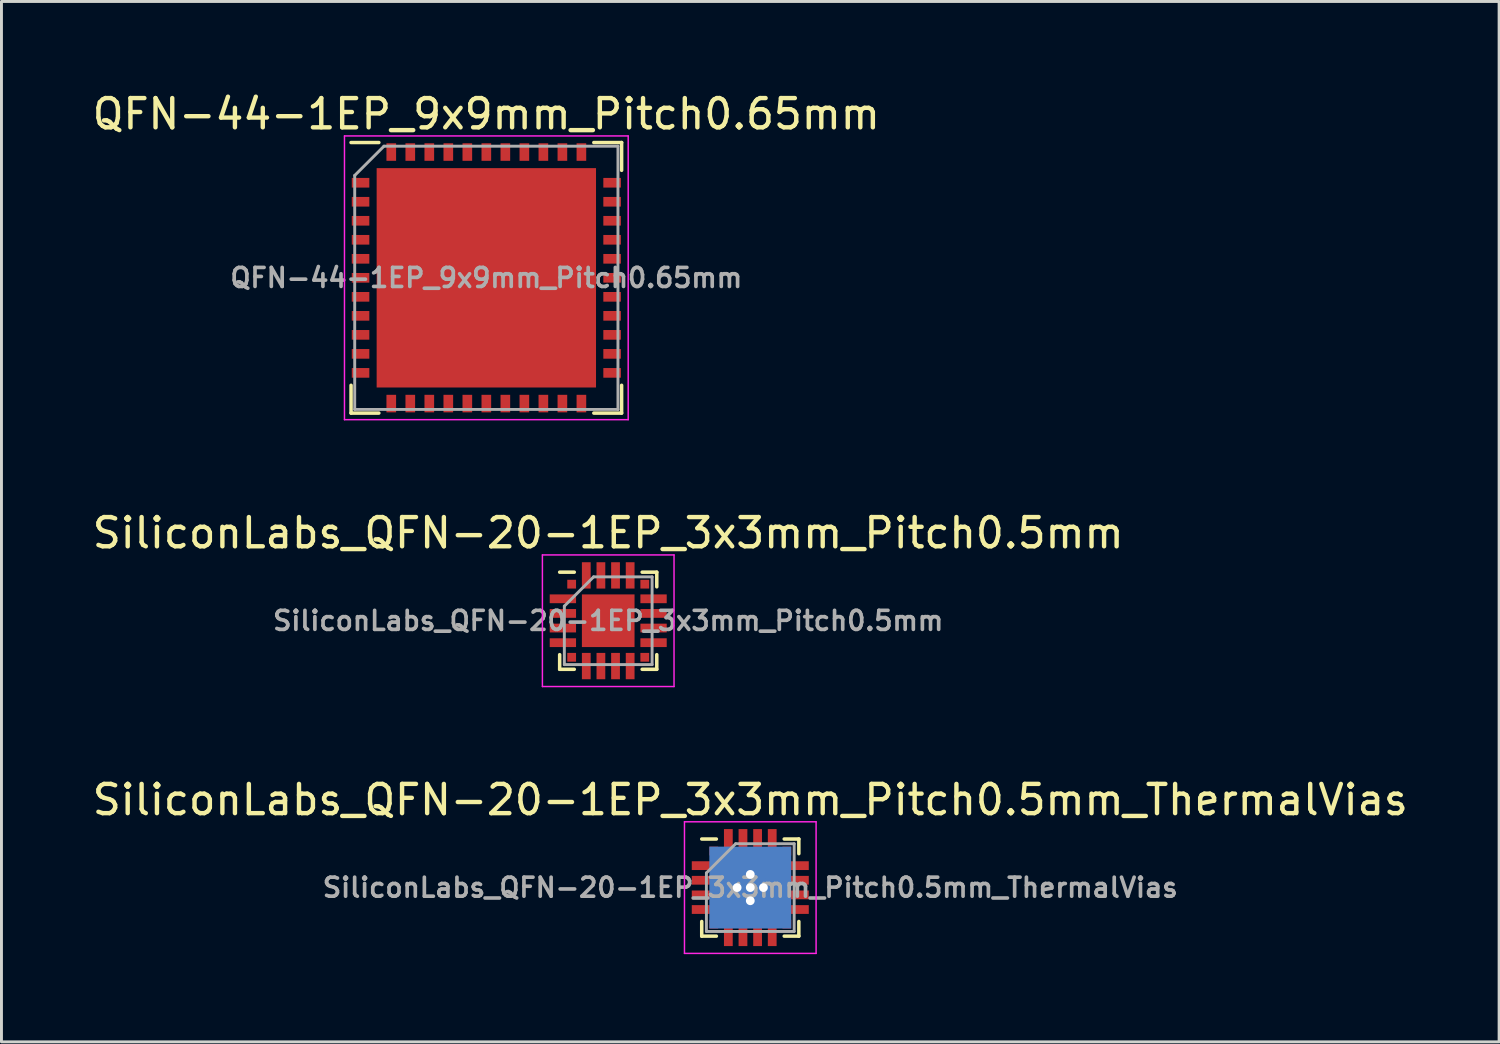
<source format=kicad_pcb>
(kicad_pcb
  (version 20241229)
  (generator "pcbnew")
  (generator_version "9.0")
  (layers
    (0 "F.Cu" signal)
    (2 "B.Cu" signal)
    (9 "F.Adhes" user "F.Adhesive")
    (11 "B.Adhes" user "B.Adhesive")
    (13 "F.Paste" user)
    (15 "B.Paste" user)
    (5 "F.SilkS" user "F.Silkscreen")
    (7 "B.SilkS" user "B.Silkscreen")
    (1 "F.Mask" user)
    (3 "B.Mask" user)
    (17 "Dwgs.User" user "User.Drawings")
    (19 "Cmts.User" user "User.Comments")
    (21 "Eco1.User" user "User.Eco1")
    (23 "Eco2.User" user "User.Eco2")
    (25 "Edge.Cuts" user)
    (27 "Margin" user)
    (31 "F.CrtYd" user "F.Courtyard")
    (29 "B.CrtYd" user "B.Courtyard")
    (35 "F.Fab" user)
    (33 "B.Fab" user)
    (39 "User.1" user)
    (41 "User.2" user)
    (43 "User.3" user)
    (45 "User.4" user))
  (footprint "SiliconLabs_QFN-20-1EP_3x3mm_Pitch0.5mm"
    (layer "F.Cu")
    (at 17.744 18.172)
    (property "Reference" "SiliconLabs_QFN-20-1EP_3x3mm_Pitch0.5mm" (at 0 -3 0) (layer "F.SilkS") (effects (font (size 1 1) (thickness 0.15))))
    (attr smd)
    (fp_line (start -1.66 -1.66) (end -1.16 -1.66) (stroke (width 0.12) (type solid)) (layer "F.SilkS"))
    (fp_line (start -1.66 1.66) (end -1.66 1.16) (stroke (width 0.12) (type solid)) (layer "F.SilkS"))
    (fp_line (start -1.16 1.66) (end -1.66 1.66) (stroke (width 0.12) (type solid)) (layer "F.SilkS"))
    (fp_line (start 1.16 -1.66) (end 1.66 -1.66) (stroke (width 0.12) (type solid)) (layer "F.SilkS"))
    (fp_line (start 1.16 1.66) (end 1.66 1.66) (stroke (width 0.12) (type solid)) (layer "F.SilkS"))
    (fp_line (start 1.66 -1.66) (end 1.66 -1.16) (stroke (width 0.12) (type solid)) (layer "F.SilkS"))
    (fp_line (start 1.66 1.66) (end 1.66 1.16) (stroke (width 0.12) (type solid)) (layer "F.SilkS"))
    (fp_line (start -2.25 -2.25) (end -2.25 2.25) (stroke (width 0.05) (type solid)) (layer "F.CrtYd"))
    (fp_line (start -2.25 2.25) (end 2.25 2.25) (stroke (width 0.05) (type solid)) (layer "F.CrtYd"))
    (fp_line (start 2.25 -2.25) (end -2.25 -2.25) (stroke (width 0.05) (type solid)) (layer "F.CrtYd"))
    (fp_line (start 2.25 2.25) (end 2.25 -2.25) (stroke (width 0.05) (type solid)) (layer "F.CrtYd"))
    (fp_line (start -1.5 -0.5) (end -0.5 -1.5) (stroke (width 0.1) (type solid)) (layer "F.Fab"))
    (fp_line (start -1.5 1.5) (end -1.5 -0.5) (stroke (width 0.1) (type solid)) (layer "F.Fab"))
    (fp_line (start -0.5 -1.5) (end 1.5 -1.5) (stroke (width 0.1) (type solid)) (layer "F.Fab"))
    (fp_line (start 1.5 -1.5) (end 1.5 1.5) (stroke (width 0.1) (type solid)) (layer "F.Fab"))
    (fp_line (start 1.5 1.5) (end -1.5 1.5) (stroke (width 0.1) (type solid)) (layer "F.Fab"))
    (fp_text user "${REFERENCE}" (at 0 0 0) (layer "F.Fab") (effects (font (size 0.65 0.65) (thickness 0.125))))
    (pad "" smd rect (at -0.45 -0.45) (size 0.54 0.54) (layers "F.Paste"))
    (pad "" smd rect (at -0.45 0.45) (size 0.54 0.54) (layers "F.Paste"))
    (pad "" smd rect (at 0.45 -0.45) (size 0.54 0.54) (layers "F.Paste"))
    (pad "" smd rect (at 0.45 0.45) (size 0.54 0.54) (layers "F.Paste"))
    (pad "1" smd rect (at -1.25 -1.25) (size 0.3 0.3) (layers "F.Cu" "F.Mask" "F.Paste"))
    (pad "2" smd rect (at -1.55 -0.75) (size 0.9 0.3) (layers "F.Cu" "F.Mask" "F.Paste"))
    (pad "3" smd rect (at -1.55 -0.25) (size 0.9 0.3) (layers "F.Cu" "F.Mask" "F.Paste"))
    (pad "4" smd rect (at -1.55 0.25) (size 0.9 0.3) (layers "F.Cu" "F.Mask" "F.Paste"))
    (pad "5" smd rect (at -1.55 0.75) (size 0.9 0.3) (layers "F.Cu" "F.Mask" "F.Paste"))
    (pad "6" smd rect (at -1.25 1.25) (size 0.3 0.3) (layers "F.Cu" "F.Mask" "F.Paste"))
    (pad "7" smd rect (at -0.75 1.55 90) (size 0.9 0.3) (layers "F.Cu" "F.Mask" "F.Paste"))
    (pad "8" smd rect (at -0.25 1.55 90) (size 0.9 0.3) (layers "F.Cu" "F.Mask" "F.Paste"))
    (pad "9" smd rect (at 0.25 1.55 90) (size 0.9 0.3) (layers "F.Cu" "F.Mask" "F.Paste"))
    (pad "10" smd rect (at 0.75 1.55 90) (size 0.9 0.3) (layers "F.Cu" "F.Mask" "F.Paste"))
    (pad "11" smd rect (at 1.25 1.25) (size 0.3 0.3) (layers "F.Cu" "F.Mask" "F.Paste"))
    (pad "12" smd rect (at 1.55 0.75) (size 0.9 0.3) (layers "F.Cu" "F.Mask" "F.Paste"))
    (pad "13" smd rect (at 1.55 0.25) (size 0.9 0.3) (layers "F.Cu" "F.Mask" "F.Paste"))
    (pad "14" smd rect (at 1.55 -0.25) (size 0.9 0.3) (layers "F.Cu" "F.Mask" "F.Paste"))
    (pad "15" smd rect (at 1.55 -0.75) (size 0.9 0.3) (layers "F.Cu" "F.Mask" "F.Paste"))
    (pad "16" smd rect (at 1.25 -1.25) (size 0.3 0.3) (layers "F.Cu" "F.Mask" "F.Paste"))
    (pad "17" smd rect (at 0.75 -1.55 90) (size 0.9 0.3) (layers "F.Cu" "F.Mask" "F.Paste"))
    (pad "18" smd rect (at 0.25 -1.55 90) (size 0.9 0.3) (layers "F.Cu" "F.Mask" "F.Paste"))
    (pad "19" smd rect (at -0.25 -1.55 90) (size 0.9 0.3) (layers "F.Cu" "F.Mask" "F.Paste"))
    (pad "20" smd rect (at -0.75 -1.55 90) (size 0.9 0.3) (layers "F.Cu" "F.Mask" "F.Paste"))
    (pad "21" smd rect (at 0 0) (size 1.8 1.8) (layers "F.Cu" "F.Mask")))
  (footprint "QFN-44-1EP_9x9mm_Pitch0.65mm"
    (layer "F.Cu")
    (at 13.577 6.448)
    (property "Reference" "QFN-44-1EP_9x9mm_Pitch0.65mm" (at 0 -5.6 0) (layer "F.SilkS") (effects (font (size 1 1) (thickness 0.15))))
    (attr smd)
    (fp_line (start -4.625 -4.625) (end -3.675 -4.625) (stroke (width 0.12) (type solid)) (layer "F.SilkS"))
    (fp_line (start -4.625 4.625) (end -4.625 3.675) (stroke (width 0.12) (type solid)) (layer "F.SilkS"))
    (fp_line (start -3.675 4.625) (end -4.625 4.625) (stroke (width 0.12) (type solid)) (layer "F.SilkS"))
    (fp_line (start 3.675 -4.625) (end 4.625 -4.625) (stroke (width 0.12) (type solid)) (layer "F.SilkS"))
    (fp_line (start 3.675 4.625) (end 4.625 4.625) (stroke (width 0.12) (type solid)) (layer "F.SilkS"))
    (fp_line (start 4.625 -4.625) (end 4.625 -3.675) (stroke (width 0.12) (type solid)) (layer "F.SilkS"))
    (fp_line (start 4.625 4.625) (end 4.625 3.675) (stroke (width 0.12) (type solid)) (layer "F.SilkS"))
    (fp_line (start -4.85 -4.85) (end -4.85 4.85) (stroke (width 0.05) (type solid)) (layer "F.CrtYd"))
    (fp_line (start -4.85 4.85) (end 4.85 4.85) (stroke (width 0.05) (type solid)) (layer "F.CrtYd"))
    (fp_line (start 4.85 -4.85) (end -4.85 -4.85) (stroke (width 0.05) (type solid)) (layer "F.CrtYd"))
    (fp_line (start 4.85 4.85) (end 4.85 -4.85) (stroke (width 0.05) (type solid)) (layer "F.CrtYd"))
    (fp_line (start -4.5 -3.5) (end -3.5 -4.5) (stroke (width 0.1) (type solid)) (layer "F.Fab"))
    (fp_line (start -4.5 4.5) (end -4.5 -3.5) (stroke (width 0.1) (type solid)) (layer "F.Fab"))
    (fp_line (start -3.5 -4.5) (end 4.5 -4.5) (stroke (width 0.1) (type solid)) (layer "F.Fab"))
    (fp_line (start 4.5 -4.5) (end 4.5 4.5) (stroke (width 0.1) (type solid)) (layer "F.Fab"))
    (fp_line (start 4.5 4.5) (end -4.5 4.5) (stroke (width 0.1) (type solid)) (layer "F.Fab"))
    (fp_text user "${REFERENCE}" (at 0 0 0) (layer "F.Fab") (effects (font (size 0.65 0.65) (thickness 0.125))))
    (pad "" smd rect (at -1.875 -1.875) (size 2.65 2.65) (layers "F.Paste"))
    (pad "" smd rect (at -1.875 1.875) (size 2.65 2.65) (layers "F.Paste"))
    (pad "" smd rect (at 1.875 -1.875) (size 2.65 2.65) (layers "F.Paste"))
    (pad "" smd rect (at 1.875 1.875) (size 2.65 2.65) (layers "F.Paste"))
    (pad "1" smd rect (at -4.3 -3.25) (size 0.6 0.33) (layers "F.Cu" "F.Mask" "F.Paste"))
    (pad "2" smd rect (at -4.3 -2.6) (size 0.6 0.33) (layers "F.Cu" "F.Mask" "F.Paste"))
    (pad "3" smd rect (at -4.3 -1.95) (size 0.6 0.33) (layers "F.Cu" "F.Mask" "F.Paste"))
    (pad "4" smd rect (at -4.3 -1.3) (size 0.6 0.33) (layers "F.Cu" "F.Mask" "F.Paste"))
    (pad "5" smd rect (at -4.3 -0.65) (size 0.6 0.33) (layers "F.Cu" "F.Mask" "F.Paste"))
    (pad "6" smd rect (at -4.3 0) (size 0.6 0.33) (layers "F.Cu" "F.Mask" "F.Paste"))
    (pad "7" smd rect (at -4.3 0.65) (size 0.6 0.33) (layers "F.Cu" "F.Mask" "F.Paste"))
    (pad "8" smd rect (at -4.3 1.3) (size 0.6 0.33) (layers "F.Cu" "F.Mask" "F.Paste"))
    (pad "9" smd rect (at -4.3 1.95) (size 0.6 0.33) (layers "F.Cu" "F.Mask" "F.Paste"))
    (pad "10" smd rect (at -4.3 2.6) (size 0.6 0.33) (layers "F.Cu" "F.Mask" "F.Paste"))
    (pad "11" smd rect (at -4.3 3.25) (size 0.6 0.33) (layers "F.Cu" "F.Mask" "F.Paste"))
    (pad "12" smd rect (at -3.25 4.3 90) (size 0.6 0.33) (layers "F.Cu" "F.Mask" "F.Paste"))
    (pad "13" smd rect (at -2.6 4.3 90) (size 0.6 0.33) (layers "F.Cu" "F.Mask" "F.Paste"))
    (pad "14" smd rect (at -1.95 4.3 90) (size 0.6 0.33) (layers "F.Cu" "F.Mask" "F.Paste"))
    (pad "15" smd rect (at -1.3 4.3 90) (size 0.6 0.33) (layers "F.Cu" "F.Mask" "F.Paste"))
    (pad "16" smd rect (at -0.65 4.3 90) (size 0.6 0.33) (layers "F.Cu" "F.Mask" "F.Paste"))
    (pad "17" smd rect (at 0 4.3 90) (size 0.6 0.33) (layers "F.Cu" "F.Mask" "F.Paste"))
    (pad "18" smd rect (at 0.65 4.3 90) (size 0.6 0.33) (layers "F.Cu" "F.Mask" "F.Paste"))
    (pad "19" smd rect (at 1.3 4.3 90) (size 0.6 0.33) (layers "F.Cu" "F.Mask" "F.Paste"))
    (pad "20" smd rect (at 1.95 4.3 90) (size 0.6 0.33) (layers "F.Cu" "F.Mask" "F.Paste"))
    (pad "21" smd rect (at 2.6 4.3 90) (size 0.6 0.33) (layers "F.Cu" "F.Mask" "F.Paste"))
    (pad "22" smd rect (at 3.25 4.3 90) (size 0.6 0.33) (layers "F.Cu" "F.Mask" "F.Paste"))
    (pad "23" smd rect (at 4.3 3.25) (size 0.6 0.33) (layers "F.Cu" "F.Mask" "F.Paste"))
    (pad "24" smd rect (at 4.3 2.6) (size 0.6 0.33) (layers "F.Cu" "F.Mask" "F.Paste"))
    (pad "25" smd rect (at 4.3 1.95) (size 0.6 0.33) (layers "F.Cu" "F.Mask" "F.Paste"))
    (pad "26" smd rect (at 4.3 1.3) (size 0.6 0.33) (layers "F.Cu" "F.Mask" "F.Paste"))
    (pad "27" smd rect (at 4.3 0.65) (size 0.6 0.33) (layers "F.Cu" "F.Mask" "F.Paste"))
    (pad "28" smd rect (at 4.3 0) (size 0.6 0.33) (layers "F.Cu" "F.Mask" "F.Paste"))
    (pad "29" smd rect (at 4.3 -0.65) (size 0.6 0.33) (layers "F.Cu" "F.Mask" "F.Paste"))
    (pad "30" smd rect (at 4.3 -1.3) (size 0.6 0.33) (layers "F.Cu" "F.Mask" "F.Paste"))
    (pad "31" smd rect (at 4.3 -1.95) (size 0.6 0.33) (layers "F.Cu" "F.Mask" "F.Paste"))
    (pad "32" smd rect (at 4.3 -2.6) (size 0.6 0.33) (layers "F.Cu" "F.Mask" "F.Paste"))
    (pad "33" smd rect (at 4.3 -3.25) (size 0.6 0.33) (layers "F.Cu" "F.Mask" "F.Paste"))
    (pad "34" smd rect (at 3.25 -4.3 90) (size 0.6 0.33) (layers "F.Cu" "F.Mask" "F.Paste"))
    (pad "35" smd rect (at 2.6 -4.3 90) (size 0.6 0.33) (layers "F.Cu" "F.Mask" "F.Paste"))
    (pad "36" smd rect (at 1.95 -4.3 90) (size 0.6 0.33) (layers "F.Cu" "F.Mask" "F.Paste"))
    (pad "37" smd rect (at 1.3 -4.3 90) (size 0.6 0.33) (layers "F.Cu" "F.Mask" "F.Paste"))
    (pad "38" smd rect (at 0.65 -4.3 90) (size 0.6 0.33) (layers "F.Cu" "F.Mask" "F.Paste"))
    (pad "39" smd rect (at 0 -4.3 90) (size 0.6 0.33) (layers "F.Cu" "F.Mask" "F.Paste"))
    (pad "40" smd rect (at -0.65 -4.3 90) (size 0.6 0.33) (layers "F.Cu" "F.Mask" "F.Paste"))
    (pad "41" smd rect (at -1.3 -4.3 90) (size 0.6 0.33) (layers "F.Cu" "F.Mask" "F.Paste"))
    (pad "42" smd rect (at -1.95 -4.3 90) (size 0.6 0.33) (layers "F.Cu" "F.Mask" "F.Paste"))
    (pad "43" smd rect (at -2.6 -4.3 90) (size 0.6 0.33) (layers "F.Cu" "F.Mask" "F.Paste"))
    (pad "44" smd rect (at -3.25 -4.3 90) (size 0.6 0.33) (layers "F.Cu" "F.Mask" "F.Paste"))
    (pad "45" smd rect (at 0 0) (size 7.5 7.5) (layers "F.Cu" "F.Mask")))
  (footprint "SiliconLabs_QFN-20-1EP_3x3mm_Pitch0.5mm_ThermalVias"
    (layer "F.Cu")
    (at 22.601 27.295)
    (property "Reference" "SiliconLabs_QFN-20-1EP_3x3mm_Pitch0.5mm_ThermalVias" (at 0 -3 0) (layer "F.SilkS") (effects (font (size 1 1) (thickness 0.15))))
    (attr smd)
    (fp_line (start -1.66 -1.66) (end -1.16 -1.66) (stroke (width 0.12) (type solid)) (layer "F.SilkS"))
    (fp_line (start -1.66 1.66) (end -1.66 1.16) (stroke (width 0.12) (type solid)) (layer "F.SilkS"))
    (fp_line (start -1.16 1.66) (end -1.66 1.66) (stroke (width 0.12) (type solid)) (layer "F.SilkS"))
    (fp_line (start 1.16 -1.66) (end 1.66 -1.66) (stroke (width 0.12) (type solid)) (layer "F.SilkS"))
    (fp_line (start 1.16 1.66) (end 1.66 1.66) (stroke (width 0.12) (type solid)) (layer "F.SilkS"))
    (fp_line (start 1.66 -1.66) (end 1.66 -1.16) (stroke (width 0.12) (type solid)) (layer "F.SilkS"))
    (fp_line (start 1.66 1.66) (end 1.66 1.16) (stroke (width 0.12) (type solid)) (layer "F.SilkS"))
    (fp_line (start -2.25 -2.25) (end -2.25 2.25) (stroke (width 0.05) (type solid)) (layer "F.CrtYd"))
    (fp_line (start -2.25 2.25) (end 2.25 2.25) (stroke (width 0.05) (type solid)) (layer "F.CrtYd"))
    (fp_line (start 2.25 -2.25) (end -2.25 -2.25) (stroke (width 0.05) (type solid)) (layer "F.CrtYd"))
    (fp_line (start 2.25 2.25) (end 2.25 -2.25) (stroke (width 0.05) (type solid)) (layer "F.CrtYd"))
    (fp_line (start -1.5 -0.5) (end -0.5 -1.5) (stroke (width 0.1) (type solid)) (layer "F.Fab"))
    (fp_line (start -1.5 1.5) (end -1.5 -0.5) (stroke (width 0.1) (type solid)) (layer "F.Fab"))
    (fp_line (start -0.5 -1.5) (end 1.5 -1.5) (stroke (width 0.1) (type solid)) (layer "F.Fab"))
    (fp_line (start 1.5 -1.5) (end 1.5 1.5) (stroke (width 0.1) (type solid)) (layer "F.Fab"))
    (fp_line (start 1.5 1.5) (end -1.5 1.5) (stroke (width 0.1) (type solid)) (layer "F.Fab"))
    (fp_text user "${REFERENCE}" (at 0 0 0) (layer "F.Fab") (effects (font (size 0.65 0.65) (thickness 0.125))))
    (pad "" smd rect (at -0.45 -0.45) (size 0.54 0.54) (layers "F.Paste"))
    (pad "" smd rect (at -0.45 0.45) (size 0.54 0.54) (layers "F.Paste"))
    (pad "" smd rect (at 0.45 -0.45) (size 0.54 0.54) (layers "F.Paste"))
    (pad "" smd rect (at 0.45 0.45) (size 0.54 0.54) (layers "F.Paste"))
    (pad "1" smd rect (at -1.25 -1.25) (size 0.3 0.3) (layers "F.Cu" "F.Mask" "F.Paste"))
    (pad "2" smd rect (at -1.55 -0.75) (size 0.9 0.3) (layers "F.Cu" "F.Mask" "F.Paste"))
    (pad "3" smd rect (at -1.55 -0.25) (size 0.9 0.3) (layers "F.Cu" "F.Mask" "F.Paste"))
    (pad "4" smd rect (at -1.55 0.25) (size 0.9 0.3) (layers "F.Cu" "F.Mask" "F.Paste"))
    (pad "5" smd rect (at -1.55 0.75) (size 0.9 0.3) (layers "F.Cu" "F.Mask" "F.Paste"))
    (pad "6" smd rect (at -1.25 1.25) (size 0.3 0.3) (layers "F.Cu" "F.Mask" "F.Paste"))
    (pad "7" smd rect (at -0.75 1.55 90) (size 0.9 0.3) (layers "F.Cu" "F.Mask" "F.Paste"))
    (pad "8" smd rect (at -0.25 1.55 90) (size 0.9 0.3) (layers "F.Cu" "F.Mask" "F.Paste"))
    (pad "9" smd rect (at 0.25 1.55 90) (size 0.9 0.3) (layers "F.Cu" "F.Mask" "F.Paste"))
    (pad "10" smd rect (at 0.75 1.55 90) (size 0.9 0.3) (layers "F.Cu" "F.Mask" "F.Paste"))
    (pad "11" smd rect (at 1.25 1.25) (size 0.3 0.3) (layers "F.Cu" "F.Mask" "F.Paste"))
    (pad "12" smd rect (at 1.55 0.75) (size 0.9 0.3) (layers "F.Cu" "F.Mask" "F.Paste"))
    (pad "13" smd rect (at 1.55 0.25) (size 0.9 0.3) (layers "F.Cu" "F.Mask" "F.Paste"))
    (pad "14" smd rect (at 1.55 -0.25) (size 0.9 0.3) (layers "F.Cu" "F.Mask" "F.Paste"))
    (pad "15" smd rect (at 1.55 -0.75) (size 0.9 0.3) (layers "F.Cu" "F.Mask" "F.Paste"))
    (pad "16" smd rect (at 1.25 -1.25) (size 0.3 0.3) (layers "F.Cu" "F.Mask" "F.Paste"))
    (pad "17" smd rect (at 0.75 -1.55 90) (size 0.9 0.3) (layers "F.Cu" "F.Mask" "F.Paste"))
    (pad "18" smd rect (at 0.25 -1.55 90) (size 0.9 0.3) (layers "F.Cu" "F.Mask" "F.Paste"))
    (pad "19" smd rect (at -0.25 -1.55 90) (size 0.9 0.3) (layers "F.Cu" "F.Mask" "F.Paste"))
    (pad "20" smd rect (at -0.75 -1.55 90) (size 0.9 0.3) (layers "F.Cu" "F.Mask" "F.Paste"))
    (pad "21" thru_hole circle (at -0.45 0) (size 0.6 0.6) (drill 0.3) (layers "*.Cu"))
    (pad "21" thru_hole circle (at 0 -0.45) (size 0.6 0.6) (drill 0.3) (layers "*.Cu"))
    (pad "21" thru_hole circle (at 0 0) (size 0.6 0.6) (drill 0.3) (layers "*.Cu"))
    (pad "21" smd rect (at 0 0) (size 1.8 1.8) (layers "F.Cu" "F.Mask"))
    (pad "21" smd rect (at 0 0) (size 2.8 2.8) (layers "B.Cu"))
    (pad "21" thru_hole circle (at 0 0.45) (size 0.6 0.6) (drill 0.3) (layers "*.Cu"))
    (pad "21" thru_hole circle (at 0.45 0) (size 0.6 0.6) (drill 0.3) (layers "*.Cu")))
  (gr_rect
    (start -3 -3)
    (end 48.202 32.57)
    (stroke (width 0.1) (type default))
    (fill no)
    (layer "Edge.Cuts")))
</source>
